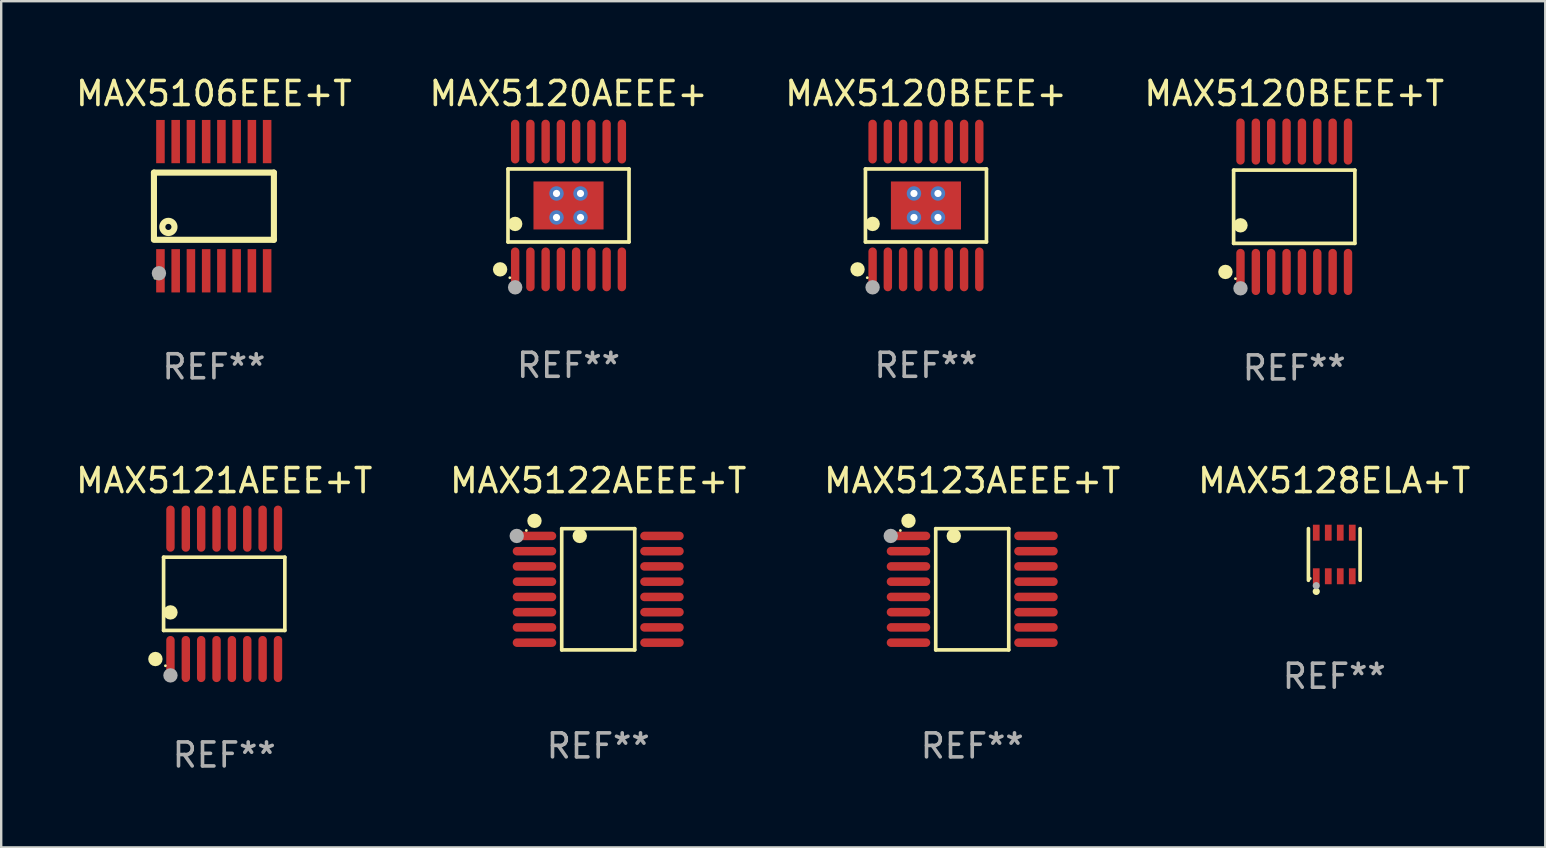
<source format=kicad_pcb>
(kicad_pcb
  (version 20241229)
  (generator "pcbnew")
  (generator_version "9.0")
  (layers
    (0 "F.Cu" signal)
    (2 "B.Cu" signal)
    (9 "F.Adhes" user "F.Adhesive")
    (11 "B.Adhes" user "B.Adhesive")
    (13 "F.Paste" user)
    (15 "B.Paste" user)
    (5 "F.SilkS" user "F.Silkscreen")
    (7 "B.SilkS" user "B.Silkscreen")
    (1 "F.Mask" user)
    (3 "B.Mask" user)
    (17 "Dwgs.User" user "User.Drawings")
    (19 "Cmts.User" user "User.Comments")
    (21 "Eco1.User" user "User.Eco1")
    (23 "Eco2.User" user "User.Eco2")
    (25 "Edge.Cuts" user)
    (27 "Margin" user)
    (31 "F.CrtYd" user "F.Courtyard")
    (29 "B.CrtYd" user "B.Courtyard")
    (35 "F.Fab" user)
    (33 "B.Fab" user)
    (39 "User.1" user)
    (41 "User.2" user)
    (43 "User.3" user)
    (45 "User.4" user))
  (footprint "MAX5120BEEE+"
    (layer "F.Cu")
    (at 35.53 5.511)
    (property "Reference" "MAX5120BEEE+" (at 0 -4.662 0) (layer "F.SilkS") (effects (font (size 1 1) (thickness 0.15))))
    (attr through_hole)
    (fp_line (start -2.521 -1.521) (end 2.521 -1.521) (stroke (width 0.152) (type solid)) (layer "F.SilkS"))
    (fp_line (start -2.521 1.521) (end -2.521 -1.521) (stroke (width 0.152) (type solid)) (layer "F.SilkS"))
    (fp_line (start 2.521 -1.521) (end 2.521 1.521) (stroke (width 0.152) (type solid)) (layer "F.SilkS"))
    (fp_line (start 2.521 1.521) (end -2.521 1.521) (stroke (width 0.152) (type solid)) (layer "F.SilkS"))
    (fp_circle (center -2.85 2.662) (end -2.7 2.662) (stroke (width 0.3) (type solid)) (fill no) (layer "F.SilkS"))
    (fp_circle (center -2.445 3.01) (end -2.415 3.01) (stroke (width 0.06) (type solid)) (fill no) (layer "F.SilkS"))
    (fp_circle (center -2.223 0.769) (end -2.072 0.769) (stroke (width 0.3) (type solid)) (fill no) (layer "F.SilkS"))
    (fp_circle (center -2.223 3.41) (end -2.072 3.41) (stroke (width 0.3) (type solid)) (fill no) (layer "F.Fab"))
    (fp_text user "REF**" (at 0 6.662 0) (layer "F.Fab") (effects (font (size 1 1) (thickness 0.15))))
    (pad "1" smd oval (at -2.223 2.662) (size 0.35 1.825) (layers "F.Cu" "F.Mask" "F.Paste"))
    (pad "2" smd oval (at -1.588 2.662) (size 0.35 1.825) (layers "F.Cu" "F.Mask" "F.Paste"))
    (pad "3" smd oval (at -0.953 2.662) (size 0.35 1.825) (layers "F.Cu" "F.Mask" "F.Paste"))
    (pad "4" smd oval (at -0.318 2.662) (size 0.35 1.825) (layers "F.Cu" "F.Mask" "F.Paste"))
    (pad "5" smd oval (at 0.318 2.662) (size 0.35 1.825) (layers "F.Cu" "F.Mask" "F.Paste"))
    (pad "6" smd oval (at 0.953 2.662) (size 0.35 1.825) (layers "F.Cu" "F.Mask" "F.Paste"))
    (pad "7" smd oval (at 1.588 2.662) (size 0.35 1.825) (layers "F.Cu" "F.Mask" "F.Paste"))
    (pad "8" smd oval (at 2.223 2.662) (size 0.35 1.825) (layers "F.Cu" "F.Mask" "F.Paste"))
    (pad "9" smd oval (at 2.223 -2.662) (size 0.35 1.825) (layers "F.Cu" "F.Mask" "F.Paste"))
    (pad "10" smd oval (at 1.588 -2.662) (size 0.35 1.825) (layers "F.Cu" "F.Mask" "F.Paste"))
    (pad "11" smd oval (at 0.953 -2.662) (size 0.35 1.825) (layers "F.Cu" "F.Mask" "F.Paste"))
    (pad "12" smd oval (at 0.318 -2.662) (size 0.35 1.825) (layers "F.Cu" "F.Mask" "F.Paste"))
    (pad "13" smd oval (at -0.318 -2.662) (size 0.35 1.825) (layers "F.Cu" "F.Mask" "F.Paste"))
    (pad "14" smd oval (at -0.953 -2.662) (size 0.35 1.825) (layers "F.Cu" "F.Mask" "F.Paste"))
    (pad "15" smd oval (at -1.588 -2.662) (size 0.35 1.825) (layers "F.Cu" "F.Mask" "F.Paste"))
    (pad "16" smd oval (at -2.223 -2.662) (size 0.35 1.825) (layers "F.Cu" "F.Mask" "F.Paste"))
    (pad "17" thru_hole circle (at -0.5 -0.5) (size 0.6 0.6) (drill 0.3) (layers "*.Cu" "*.Mask"))
    (pad "17" thru_hole circle (at -0.5 0.5) (size 0.6 0.6) (drill 0.3) (layers "*.Cu" "*.Mask"))
    (pad "17" smd rect (at 0 0) (size 2.92 2) (layers "F.Cu" "F.Mask" "F.Paste"))
    (pad "17" thru_hole circle (at 0.5 -0.5) (size 0.6 0.6) (drill 0.3) (layers "*.Cu" "*.Mask"))
    (pad "17" thru_hole circle (at 0.5 0.5) (size 0.6 0.6) (drill 0.3) (layers "*.Cu" "*.Mask")))
  (footprint "MAX5106EEE+T"
    (layer "F.Cu")
    (at 5.863 5.541)
    (property "Reference" "MAX5106EEE+T" (at 0 -4.692 0) (layer "F.SilkS") (effects (font (size 1 1) (thickness 0.15))))
    (attr through_hole)
    (fp_line (start -2.499 1.372) (end -2.499 -1.4) (stroke (width 0.254) (type solid)) (layer "F.SilkS"))
    (fp_line (start 2.499 -1.4) (end -2.499 -1.4) (stroke (width 0.254) (type solid)) (layer "F.SilkS"))
    (fp_line (start 2.499 1.4) (end -2.499 1.4) (stroke (width 0.254) (type solid)) (layer "F.SilkS"))
    (fp_line (start 2.499 1.4) (end 2.499 -1.4) (stroke (width 0.254) (type solid)) (layer "F.SilkS"))
    (fp_circle (center -2.455 3) (end -2.425 3) (stroke (width 0.06) (type solid)) (fill no) (layer "F.SilkS"))
    (fp_circle (center -1.897 0.864) (end -1.643 0.864) (stroke (width 0.254) (type solid)) (fill no) (layer "F.SilkS"))
    (fp_circle (center -2.291 2.794) (end -2.141 2.794) (stroke (width 0.3) (type solid)) (fill no) (layer "F.Fab"))
    (fp_text user "REF**" (at 0 6.692 0) (layer "F.Fab") (effects (font (size 1 1) (thickness 0.15))))
    (pad "1" smd rect (at -2.228 2.692 90) (size 1.803 0.356) (layers "F.Cu" "F.Mask" "F.Paste"))
    (pad "2" smd rect (at -1.593 2.692 90) (size 1.803 0.356) (layers "F.Cu" "F.Mask" "F.Paste"))
    (pad "3" smd rect (at -0.958 2.692 90) (size 1.803 0.356) (layers "F.Cu" "F.Mask" "F.Paste"))
    (pad "4" smd rect (at -0.323 2.692 90) (size 1.803 0.356) (layers "F.Cu" "F.Mask" "F.Paste"))
    (pad "5" smd rect (at 0.312 2.692 90) (size 1.803 0.356) (layers "F.Cu" "F.Mask" "F.Paste"))
    (pad "6" smd rect (at 0.947 2.692 90) (size 1.803 0.356) (layers "F.Cu" "F.Mask" "F.Paste"))
    (pad "7" smd rect (at 1.582 2.692 90) (size 1.803 0.356) (layers "F.Cu" "F.Mask" "F.Paste"))
    (pad "8" smd rect (at 2.217 2.692 90) (size 1.803 0.356) (layers "F.Cu" "F.Mask" "F.Paste"))
    (pad "9" smd rect (at 2.217 -2.692 90) (size 1.803 0.356) (layers "F.Cu" "F.Mask" "F.Paste"))
    (pad "10" smd rect (at 1.582 -2.692 90) (size 1.803 0.356) (layers "F.Cu" "F.Mask" "F.Paste"))
    (pad "11" smd rect (at 0.947 -2.692 90) (size 1.803 0.356) (layers "F.Cu" "F.Mask" "F.Paste"))
    (pad "12" smd rect (at 0.312 -2.692 90) (size 1.803 0.356) (layers "F.Cu" "F.Mask" "F.Paste"))
    (pad "13" smd rect (at -0.323 -2.692 90) (size 1.803 0.356) (layers "F.Cu" "F.Mask" "F.Paste"))
    (pad "14" smd rect (at -0.958 -2.692 90) (size 1.803 0.356) (layers "F.Cu" "F.Mask" "F.Paste"))
    (pad "15" smd rect (at -1.593 -2.692 90) (size 1.803 0.356) (layers "F.Cu" "F.Mask" "F.Paste"))
    (pad "16" smd rect (at -2.228 -2.692 90) (size 1.803 0.356) (layers "F.Cu" "F.Mask" "F.Paste")))
  (footprint "MAX5121AEEE+T"
    (layer "F.Cu")
    (at 6.292 21.692)
    (property "Reference" "MAX5121AEEE+T" (at 0 -4.716 0) (layer "F.SilkS") (effects (font (size 1 1) (thickness 0.15))))
    (attr through_hole)
    (fp_line (start -2.526 -1.526) (end 2.526 -1.526) (stroke (width 0.152) (type solid)) (layer "F.SilkS"))
    (fp_line (start -2.526 1.526) (end -2.526 -1.526) (stroke (width 0.152) (type solid)) (layer "F.SilkS"))
    (fp_line (start 2.526 -1.526) (end 2.526 1.526) (stroke (width 0.152) (type solid)) (layer "F.SilkS"))
    (fp_line (start 2.526 1.526) (end -2.526 1.526) (stroke (width 0.152) (type solid)) (layer "F.SilkS"))
    (fp_circle (center -2.867 2.716) (end -2.717 2.716) (stroke (width 0.3) (type solid)) (fill no) (layer "F.SilkS"))
    (fp_circle (center -2.45 2.997) (end -2.42 2.997) (stroke (width 0.06) (type solid)) (fill no) (layer "F.SilkS"))
    (fp_circle (center -2.24 0.774) (end -2.09 0.774) (stroke (width 0.3) (type solid)) (fill no) (layer "F.SilkS"))
    (fp_circle (center -2.24 3.398) (end -2.09 3.398) (stroke (width 0.3) (type solid)) (fill no) (layer "F.Fab"))
    (fp_text user "REF**" (at 0 6.716 0) (layer "F.Fab") (effects (font (size 1 1) (thickness 0.15))))
    (pad "1" smd oval (at -2.24 2.716) (size 0.35 1.922) (layers "F.Cu" "F.Mask" "F.Paste"))
    (pad "2" smd oval (at -1.6 2.716) (size 0.35 1.922) (layers "F.Cu" "F.Mask" "F.Paste"))
    (pad "3" smd oval (at -0.96 2.716) (size 0.35 1.922) (layers "F.Cu" "F.Mask" "F.Paste"))
    (pad "4" smd oval (at -0.32 2.716) (size 0.35 1.922) (layers "F.Cu" "F.Mask" "F.Paste"))
    (pad "5" smd oval (at 0.32 2.716) (size 0.35 1.922) (layers "F.Cu" "F.Mask" "F.Paste"))
    (pad "6" smd oval (at 0.96 2.716) (size 0.35 1.922) (layers "F.Cu" "F.Mask" "F.Paste"))
    (pad "7" smd oval (at 1.6 2.716) (size 0.35 1.922) (layers "F.Cu" "F.Mask" "F.Paste"))
    (pad "8" smd oval (at 2.24 2.716) (size 0.35 1.922) (layers "F.Cu" "F.Mask" "F.Paste"))
    (pad "9" smd oval (at 2.24 -2.716) (size 0.35 1.922) (layers "F.Cu" "F.Mask" "F.Paste"))
    (pad "10" smd oval (at 1.6 -2.716) (size 0.35 1.922) (layers "F.Cu" "F.Mask" "F.Paste"))
    (pad "11" smd oval (at 0.96 -2.716) (size 0.35 1.922) (layers "F.Cu" "F.Mask" "F.Paste"))
    (pad "12" smd oval (at 0.32 -2.716) (size 0.35 1.922) (layers "F.Cu" "F.Mask" "F.Paste"))
    (pad "13" smd oval (at -0.32 -2.716) (size 0.35 1.922) (layers "F.Cu" "F.Mask" "F.Paste"))
    (pad "14" smd oval (at -0.96 -2.716) (size 0.35 1.922) (layers "F.Cu" "F.Mask" "F.Paste"))
    (pad "15" smd oval (at -1.6 -2.716) (size 0.35 1.922) (layers "F.Cu" "F.Mask" "F.Paste"))
    (pad "16" smd oval (at -2.24 -2.716) (size 0.35 1.922) (layers "F.Cu" "F.Mask" "F.Paste")))
  (footprint "MAX5122AEEE+T"
    (layer "F.Cu")
    (at 21.875 21.503)
    (property "Reference" "MAX5122AEEE+T" (at 0 -4.526 0) (layer "F.SilkS") (effects (font (size 1 1) (thickness 0.15))))
    (attr through_hole)
    (fp_line (start -1.521 -2.526) (end 1.521 -2.526) (stroke (width 0.152) (type solid)) (layer "F.SilkS"))
    (fp_line (start -1.521 2.526) (end -1.521 -2.526) (stroke (width 0.152) (type solid)) (layer "F.SilkS"))
    (fp_line (start 1.521 -2.526) (end 1.521 2.526) (stroke (width 0.152) (type solid)) (layer "F.SilkS"))
    (fp_line (start 1.521 2.526) (end -1.521 2.526) (stroke (width 0.152) (type solid)) (layer "F.SilkS"))
    (fp_circle (center -2.995 -2.45) (end -2.965 -2.45) (stroke (width 0.06) (type solid)) (fill no) (layer "F.SilkS"))
    (fp_circle (center -2.656 -2.853) (end -2.506 -2.853) (stroke (width 0.3) (type solid)) (fill no) (layer "F.SilkS"))
    (fp_circle (center -0.769 -2.223) (end -0.619 -2.223) (stroke (width 0.3) (type solid)) (fill no) (layer "F.SilkS"))
    (fp_circle (center -3.395 -2.223) (end -3.245 -2.223) (stroke (width 0.3) (type solid)) (fill no) (layer "F.Fab"))
    (fp_text user "REF**" (at 0 6.526 0) (layer "F.Fab") (effects (font (size 1 1) (thickness 0.15))))
    (pad "1" smd oval (at -2.656 -2.223 270) (size 0.356 1.813) (layers "F.Cu" "F.Mask" "F.Paste"))
    (pad "2" smd oval (at -2.656 -1.588 270) (size 0.356 1.813) (layers "F.Cu" "F.Mask" "F.Paste"))
    (pad "3" smd oval (at -2.656 -0.953 270) (size 0.356 1.813) (layers "F.Cu" "F.Mask" "F.Paste"))
    (pad "4" smd oval (at -2.656 -0.318 270) (size 0.356 1.813) (layers "F.Cu" "F.Mask" "F.Paste"))
    (pad "5" smd oval (at -2.656 0.318 270) (size 0.356 1.813) (layers "F.Cu" "F.Mask" "F.Paste"))
    (pad "6" smd oval (at -2.656 0.953 270) (size 0.356 1.813) (layers "F.Cu" "F.Mask" "F.Paste"))
    (pad "7" smd oval (at -2.656 1.588 270) (size 0.356 1.813) (layers "F.Cu" "F.Mask" "F.Paste"))
    (pad "8" smd oval (at -2.656 2.223 270) (size 0.356 1.813) (layers "F.Cu" "F.Mask" "F.Paste"))
    (pad "9" smd oval (at 2.656 2.223 270) (size 0.356 1.813) (layers "F.Cu" "F.Mask" "F.Paste"))
    (pad "10" smd oval (at 2.656 1.588 270) (size 0.356 1.813) (layers "F.Cu" "F.Mask" "F.Paste"))
    (pad "11" smd oval (at 2.656 0.953 270) (size 0.356 1.813) (layers "F.Cu" "F.Mask" "F.Paste"))
    (pad "12" smd oval (at 2.656 0.318 270) (size 0.356 1.813) (layers "F.Cu" "F.Mask" "F.Paste"))
    (pad "13" smd oval (at 2.656 -0.318 270) (size 0.356 1.813) (layers "F.Cu" "F.Mask" "F.Paste"))
    (pad "14" smd oval (at 2.656 -0.953 270) (size 0.356 1.813) (layers "F.Cu" "F.Mask" "F.Paste"))
    (pad "15" smd oval (at 2.656 -1.588 270) (size 0.356 1.813) (layers "F.Cu" "F.Mask" "F.Paste"))
    (pad "16" smd oval (at 2.656 -2.223 270) (size 0.356 1.813) (layers "F.Cu" "F.Mask" "F.Paste")))
  (footprint "MAX5128ELA+T"
    (layer "F.Cu")
    (at 52.542 20.052)
    (property "Reference" "MAX5128ELA+T" (at 0 -3.076 0) (layer "F.SilkS") (effects (font (size 1 1) (thickness 0.15))))
    (attr through_hole)
    (fp_line (start -1.076 1.076) (end -1.076 -1.076) (stroke (width 0.152) (type solid)) (layer "F.SilkS"))
    (fp_line (start 1.076 1.076) (end 1.076 -1.076) (stroke (width 0.152) (type solid)) (layer "F.SilkS"))
    (fp_circle (center -1 1) (end -0.97 1) (stroke (width 0.06) (type solid)) (fill no) (layer "F.SilkS"))
    (fp_circle (center -0.75 1.54) (end -0.675 1.54) (stroke (width 0.15) (type solid)) (fill no) (layer "F.SilkS"))
    (fp_circle (center -0.75 1.3) (end -0.675 1.3) (stroke (width 0.15) (type solid)) (fill no) (layer "F.Fab"))
    (fp_text user "REF**" (at 0 5.076 0) (layer "F.Fab") (effects (font (size 1 1) (thickness 0.15))))
    (pad "1" smd rect (at -0.75 0.908) (size 0.28 0.665) (layers "F.Cu" "F.Mask" "F.Paste"))
    (pad "2" smd rect (at -0.25 0.908) (size 0.28 0.665) (layers "F.Cu" "F.Mask" "F.Paste"))
    (pad "3" smd rect (at 0.25 0.908) (size 0.28 0.665) (layers "F.Cu" "F.Mask" "F.Paste"))
    (pad "4" smd rect (at 0.75 0.908) (size 0.28 0.665) (layers "F.Cu" "F.Mask" "F.Paste"))
    (pad "5" smd rect (at 0.75 -0.908) (size 0.28 0.665) (layers "F.Cu" "F.Mask" "F.Paste"))
    (pad "6" smd rect (at 0.25 -0.908) (size 0.28 0.665) (layers "F.Cu" "F.Mask" "F.Paste"))
    (pad "7" smd rect (at -0.25 -0.908) (size 0.28 0.665) (layers "F.Cu" "F.Mask" "F.Paste"))
    (pad "8" smd rect (at -0.75 -0.908) (size 0.28 0.665) (layers "F.Cu" "F.Mask" "F.Paste")))
  (footprint "MAX5120BEEE+T"
    (layer "F.Cu")
    (at 50.875 5.564)
    (property "Reference" "MAX5120BEEE+T" (at 0 -4.716 0) (layer "F.SilkS") (effects (font (size 1 1) (thickness 0.15))))
    (attr through_hole)
    (fp_line (start -2.526 -1.526) (end 2.526 -1.526) (stroke (width 0.152) (type solid)) (layer "F.SilkS"))
    (fp_line (start -2.526 1.526) (end -2.526 -1.526) (stroke (width 0.152) (type solid)) (layer "F.SilkS"))
    (fp_line (start 2.526 -1.526) (end 2.526 1.526) (stroke (width 0.152) (type solid)) (layer "F.SilkS"))
    (fp_line (start 2.526 1.526) (end -2.526 1.526) (stroke (width 0.152) (type solid)) (layer "F.SilkS"))
    (fp_circle (center -2.867 2.716) (end -2.717 2.716) (stroke (width 0.3) (type solid)) (fill no) (layer "F.SilkS"))
    (fp_circle (center -2.45 2.997) (end -2.42 2.997) (stroke (width 0.06) (type solid)) (fill no) (layer "F.SilkS"))
    (fp_circle (center -2.24 0.774) (end -2.09 0.774) (stroke (width 0.3) (type solid)) (fill no) (layer "F.SilkS"))
    (fp_circle (center -2.24 3.398) (end -2.09 3.398) (stroke (width 0.3) (type solid)) (fill no) (layer "F.Fab"))
    (fp_text user "REF**" (at 0 6.716 0) (layer "F.Fab") (effects (font (size 1 1) (thickness 0.15))))
    (pad "1" smd oval (at -2.24 2.716) (size 0.35 1.922) (layers "F.Cu" "F.Mask" "F.Paste"))
    (pad "2" smd oval (at -1.6 2.716) (size 0.35 1.922) (layers "F.Cu" "F.Mask" "F.Paste"))
    (pad "3" smd oval (at -0.96 2.716) (size 0.35 1.922) (layers "F.Cu" "F.Mask" "F.Paste"))
    (pad "4" smd oval (at -0.32 2.716) (size 0.35 1.922) (layers "F.Cu" "F.Mask" "F.Paste"))
    (pad "5" smd oval (at 0.32 2.716) (size 0.35 1.922) (layers "F.Cu" "F.Mask" "F.Paste"))
    (pad "6" smd oval (at 0.96 2.716) (size 0.35 1.922) (layers "F.Cu" "F.Mask" "F.Paste"))
    (pad "7" smd oval (at 1.6 2.716) (size 0.35 1.922) (layers "F.Cu" "F.Mask" "F.Paste"))
    (pad "8" smd oval (at 2.24 2.716) (size 0.35 1.922) (layers "F.Cu" "F.Mask" "F.Paste"))
    (pad "9" smd oval (at 2.24 -2.716) (size 0.35 1.922) (layers "F.Cu" "F.Mask" "F.Paste"))
    (pad "10" smd oval (at 1.6 -2.716) (size 0.35 1.922) (layers "F.Cu" "F.Mask" "F.Paste"))
    (pad "11" smd oval (at 0.96 -2.716) (size 0.35 1.922) (layers "F.Cu" "F.Mask" "F.Paste"))
    (pad "12" smd oval (at 0.32 -2.716) (size 0.35 1.922) (layers "F.Cu" "F.Mask" "F.Paste"))
    (pad "13" smd oval (at -0.32 -2.716) (size 0.35 1.922) (layers "F.Cu" "F.Mask" "F.Paste"))
    (pad "14" smd oval (at -0.96 -2.716) (size 0.35 1.922) (layers "F.Cu" "F.Mask" "F.Paste"))
    (pad "15" smd oval (at -1.6 -2.716) (size 0.35 1.922) (layers "F.Cu" "F.Mask" "F.Paste"))
    (pad "16" smd oval (at -2.24 -2.716) (size 0.35 1.922) (layers "F.Cu" "F.Mask" "F.Paste")))
  (footprint "MAX5120AEEE+"
    (layer "F.Cu")
    (at 20.637 5.511)
    (property "Reference" "MAX5120AEEE+" (at 0 -4.662 0) (layer "F.SilkS") (effects (font (size 1 1) (thickness 0.15))))
    (attr through_hole)
    (fp_line (start -2.521 -1.521) (end 2.521 -1.521) (stroke (width 0.152) (type solid)) (layer "F.SilkS"))
    (fp_line (start -2.521 1.521) (end -2.521 -1.521) (stroke (width 0.152) (type solid)) (layer "F.SilkS"))
    (fp_line (start 2.521 -1.521) (end 2.521 1.521) (stroke (width 0.152) (type solid)) (layer "F.SilkS"))
    (fp_line (start 2.521 1.521) (end -2.521 1.521) (stroke (width 0.152) (type solid)) (layer "F.SilkS"))
    (fp_circle (center -2.85 2.662) (end -2.7 2.662) (stroke (width 0.3) (type solid)) (fill no) (layer "F.SilkS"))
    (fp_circle (center -2.445 3.01) (end -2.415 3.01) (stroke (width 0.06) (type solid)) (fill no) (layer "F.SilkS"))
    (fp_circle (center -2.223 0.769) (end -2.072 0.769) (stroke (width 0.3) (type solid)) (fill no) (layer "F.SilkS"))
    (fp_circle (center -2.223 3.41) (end -2.072 3.41) (stroke (width 0.3) (type solid)) (fill no) (layer "F.Fab"))
    (fp_text user "REF**" (at 0 6.662 0) (layer "F.Fab") (effects (font (size 1 1) (thickness 0.15))))
    (pad "1" smd oval (at -2.223 2.662) (size 0.35 1.825) (layers "F.Cu" "F.Mask" "F.Paste"))
    (pad "2" smd oval (at -1.588 2.662) (size 0.35 1.825) (layers "F.Cu" "F.Mask" "F.Paste"))
    (pad "3" smd oval (at -0.953 2.662) (size 0.35 1.825) (layers "F.Cu" "F.Mask" "F.Paste"))
    (pad "4" smd oval (at -0.318 2.662) (size 0.35 1.825) (layers "F.Cu" "F.Mask" "F.Paste"))
    (pad "5" smd oval (at 0.318 2.662) (size 0.35 1.825) (layers "F.Cu" "F.Mask" "F.Paste"))
    (pad "6" smd oval (at 0.953 2.662) (size 0.35 1.825) (layers "F.Cu" "F.Mask" "F.Paste"))
    (pad "7" smd oval (at 1.588 2.662) (size 0.35 1.825) (layers "F.Cu" "F.Mask" "F.Paste"))
    (pad "8" smd oval (at 2.223 2.662) (size 0.35 1.825) (layers "F.Cu" "F.Mask" "F.Paste"))
    (pad "9" smd oval (at 2.223 -2.662) (size 0.35 1.825) (layers "F.Cu" "F.Mask" "F.Paste"))
    (pad "10" smd oval (at 1.588 -2.662) (size 0.35 1.825) (layers "F.Cu" "F.Mask" "F.Paste"))
    (pad "11" smd oval (at 0.953 -2.662) (size 0.35 1.825) (layers "F.Cu" "F.Mask" "F.Paste"))
    (pad "12" smd oval (at 0.318 -2.662) (size 0.35 1.825) (layers "F.Cu" "F.Mask" "F.Paste"))
    (pad "13" smd oval (at -0.318 -2.662) (size 0.35 1.825) (layers "F.Cu" "F.Mask" "F.Paste"))
    (pad "14" smd oval (at -0.953 -2.662) (size 0.35 1.825) (layers "F.Cu" "F.Mask" "F.Paste"))
    (pad "15" smd oval (at -1.588 -2.662) (size 0.35 1.825) (layers "F.Cu" "F.Mask" "F.Paste"))
    (pad "16" smd oval (at -2.223 -2.662) (size 0.35 1.825) (layers "F.Cu" "F.Mask" "F.Paste"))
    (pad "17" thru_hole circle (at -0.5 -0.5) (size 0.6 0.6) (drill 0.3) (layers "*.Cu" "*.Mask"))
    (pad "17" thru_hole circle (at -0.5 0.5) (size 0.6 0.6) (drill 0.3) (layers "*.Cu" "*.Mask"))
    (pad "17" smd rect (at 0 0) (size 2.92 2) (layers "F.Cu" "F.Mask" "F.Paste"))
    (pad "17" thru_hole circle (at 0.5 -0.5) (size 0.6 0.6) (drill 0.3) (layers "*.Cu" "*.Mask"))
    (pad "17" thru_hole circle (at 0.5 0.5) (size 0.6 0.6) (drill 0.3) (layers "*.Cu" "*.Mask")))
  (footprint "MAX5123AEEE+T"
    (layer "F.Cu")
    (at 37.458 21.503)
    (property "Reference" "MAX5123AEEE+T" (at 0 -4.526 0) (layer "F.SilkS") (effects (font (size 1 1) (thickness 0.15))))
    (attr through_hole)
    (fp_line (start -1.521 -2.526) (end 1.521 -2.526) (stroke (width 0.152) (type solid)) (layer "F.SilkS"))
    (fp_line (start -1.521 2.526) (end -1.521 -2.526) (stroke (width 0.152) (type solid)) (layer "F.SilkS"))
    (fp_line (start 1.521 -2.526) (end 1.521 2.526) (stroke (width 0.152) (type solid)) (layer "F.SilkS"))
    (fp_line (start 1.521 2.526) (end -1.521 2.526) (stroke (width 0.152) (type solid)) (layer "F.SilkS"))
    (fp_circle (center -2.995 -2.45) (end -2.965 -2.45) (stroke (width 0.06) (type solid)) (fill no) (layer "F.SilkS"))
    (fp_circle (center -2.656 -2.853) (end -2.506 -2.853) (stroke (width 0.3) (type solid)) (fill no) (layer "F.SilkS"))
    (fp_circle (center -0.769 -2.223) (end -0.619 -2.223) (stroke (width 0.3) (type solid)) (fill no) (layer "F.SilkS"))
    (fp_circle (center -3.395 -2.223) (end -3.245 -2.223) (stroke (width 0.3) (type solid)) (fill no) (layer "F.Fab"))
    (fp_text user "REF**" (at 0 6.526 0) (layer "F.Fab") (effects (font (size 1 1) (thickness 0.15))))
    (pad "1" smd oval (at -2.656 -2.223 270) (size 0.356 1.813) (layers "F.Cu" "F.Mask" "F.Paste"))
    (pad "2" smd oval (at -2.656 -1.588 270) (size 0.356 1.813) (layers "F.Cu" "F.Mask" "F.Paste"))
    (pad "3" smd oval (at -2.656 -0.953 270) (size 0.356 1.813) (layers "F.Cu" "F.Mask" "F.Paste"))
    (pad "4" smd oval (at -2.656 -0.318 270) (size 0.356 1.813) (layers "F.Cu" "F.Mask" "F.Paste"))
    (pad "5" smd oval (at -2.656 0.318 270) (size 0.356 1.813) (layers "F.Cu" "F.Mask" "F.Paste"))
    (pad "6" smd oval (at -2.656 0.953 270) (size 0.356 1.813) (layers "F.Cu" "F.Mask" "F.Paste"))
    (pad "7" smd oval (at -2.656 1.588 270) (size 0.356 1.813) (layers "F.Cu" "F.Mask" "F.Paste"))
    (pad "8" smd oval (at -2.656 2.223 270) (size 0.356 1.813) (layers "F.Cu" "F.Mask" "F.Paste"))
    (pad "9" smd oval (at 2.656 2.223 270) (size 0.356 1.813) (layers "F.Cu" "F.Mask" "F.Paste"))
    (pad "10" smd oval (at 2.656 1.588 270) (size 0.356 1.813) (layers "F.Cu" "F.Mask" "F.Paste"))
    (pad "11" smd oval (at 2.656 0.953 270) (size 0.356 1.813) (layers "F.Cu" "F.Mask" "F.Paste"))
    (pad "12" smd oval (at 2.656 0.318 270) (size 0.356 1.813) (layers "F.Cu" "F.Mask" "F.Paste"))
    (pad "13" smd oval (at 2.656 -0.318 270) (size 0.356 1.813) (layers "F.Cu" "F.Mask" "F.Paste"))
    (pad "14" smd oval (at 2.656 -0.953 270) (size 0.356 1.813) (layers "F.Cu" "F.Mask" "F.Paste"))
    (pad "15" smd oval (at 2.656 -1.588 270) (size 0.356 1.813) (layers "F.Cu" "F.Mask" "F.Paste"))
    (pad "16" smd oval (at 2.656 -2.223 270) (size 0.356 1.813) (layers "F.Cu" "F.Mask" "F.Paste")))
  (gr_rect
    (start -3 -3)
    (end 61.333 32.256)
    (stroke (width 0.1) (type default))
    (fill no)
    (layer "Edge.Cuts")))
</source>
